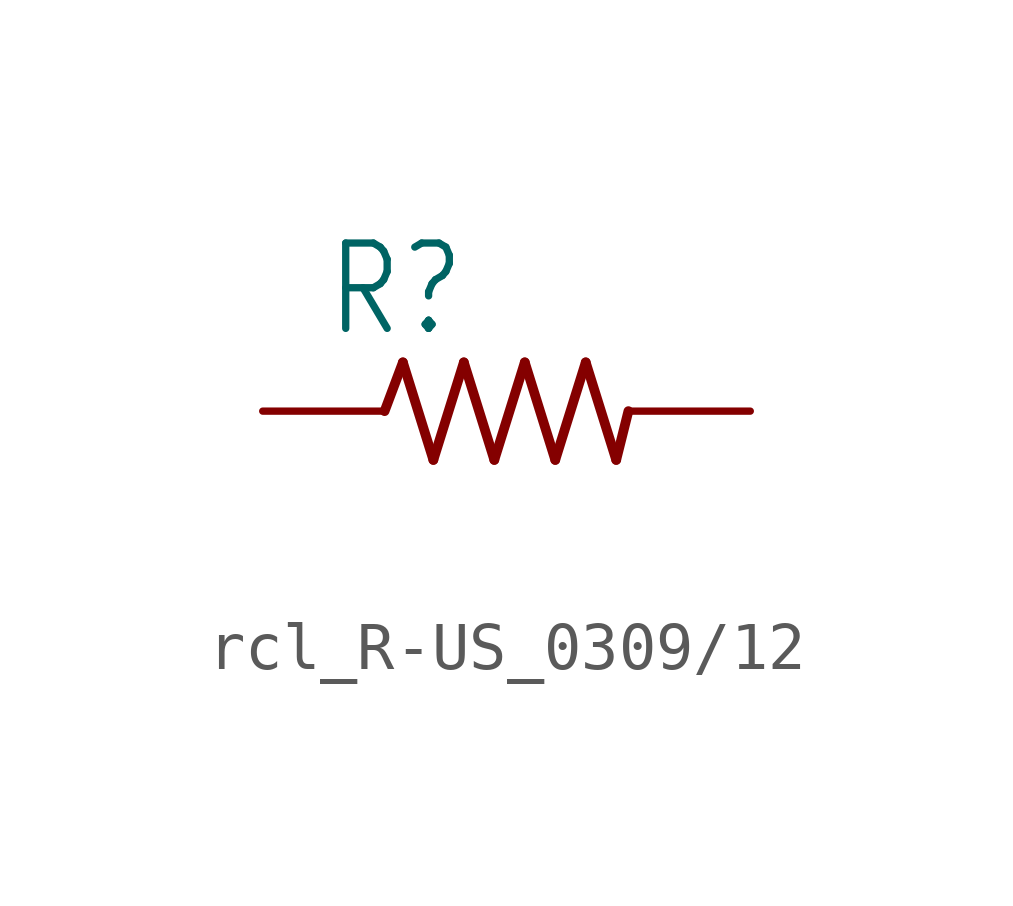
<source format=kicad_sym>
(kicad_symbol_lib
  (version 20231120)
  (generator "kicad_symbol_editor")
  (generator_version "8.0")
  (symbol "rcl_R-US_0309/12"
    (property "Reference" "R"
      (at -3.81 1.499 0)
      (effects (font (size 1.778 1.511)) (justify left bottom)))
    (property "Value" ""
      (at -3.81 -3.302 0)
      (effects (font (size 1.778 1.511)) (justify left bottom)))
    (property "ki_locked" ""
      (at 0 0 0)
      (effects (font (size 1.27 1.27))))
    (symbol "rcl_R-US_0309/12_1_0"
      (polyline (pts (xy -2.54 0) (xy -2.159 1.016)) (stroke (width 0.203) (type solid)) (fill (type none)))
      (polyline (pts (xy -2.159 1.016) (xy -1.524 -1.016)) (stroke (width 0.203) (type solid)) (fill (type none)))
      (polyline (pts (xy -1.524 -1.016) (xy -0.889 1.016)) (stroke (width 0.203) (type solid)) (fill (type none)))
      (polyline (pts (xy -0.889 1.016) (xy -0.254 -1.016)) (stroke (width 0.203) (type solid)) (fill (type none)))
      (polyline (pts (xy -0.254 -1.016) (xy 0.381 1.016)) (stroke (width 0.203) (type solid)) (fill (type none)))
      (polyline (pts (xy 0.381 1.016) (xy 1.016 -1.016)) (stroke (width 0.203) (type solid)) (fill (type none)))
      (polyline (pts (xy 1.016 -1.016) (xy 1.651 1.016)) (stroke (width 0.203) (type solid)) (fill (type none)))
      (polyline (pts (xy 1.651 1.016) (xy 2.286 -1.016)) (stroke (width 0.203) (type solid)) (fill (type none)))
      (polyline (pts (xy 2.286 -1.016) (xy 2.54 0)) (stroke (width 0.203) (type solid)) (fill (type none)))
      (pin passive line (at -5.08 0 0) (length 2.54) (name "1" (effects (font (size 0 0)))) (number "1" (effects (font (size 0 0)))))
      (pin passive line (at 5.08 0 180) (length 2.54) (name "2" (effects (font (size 0 0)))) (number "2" (effects (font (size 0 0))))))))
</source>
